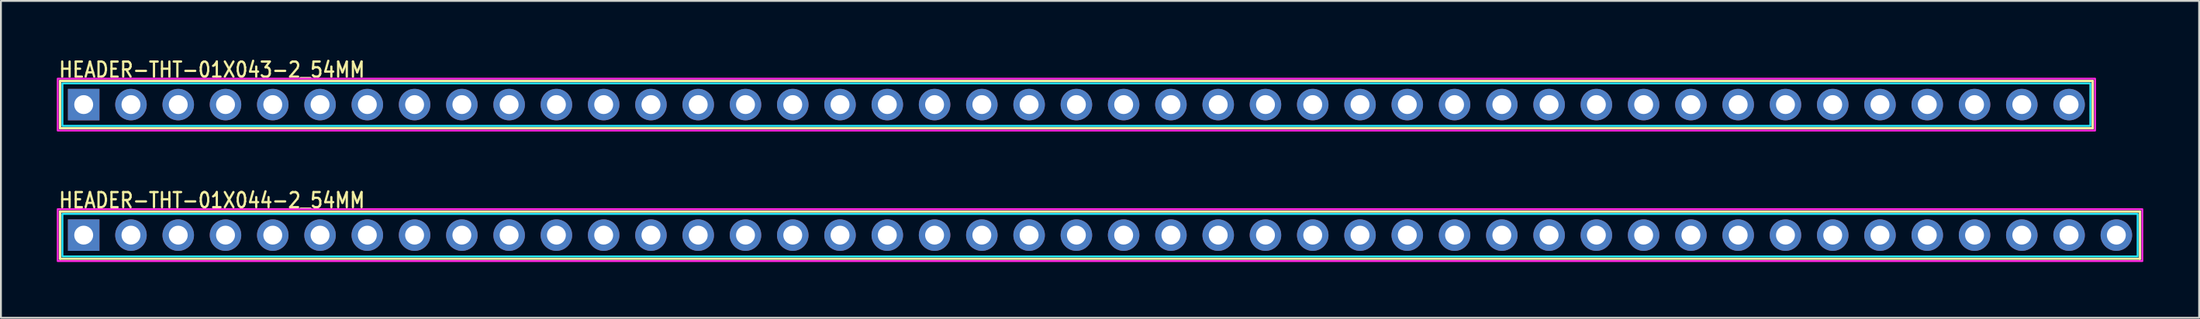
<source format=kicad_pcb>
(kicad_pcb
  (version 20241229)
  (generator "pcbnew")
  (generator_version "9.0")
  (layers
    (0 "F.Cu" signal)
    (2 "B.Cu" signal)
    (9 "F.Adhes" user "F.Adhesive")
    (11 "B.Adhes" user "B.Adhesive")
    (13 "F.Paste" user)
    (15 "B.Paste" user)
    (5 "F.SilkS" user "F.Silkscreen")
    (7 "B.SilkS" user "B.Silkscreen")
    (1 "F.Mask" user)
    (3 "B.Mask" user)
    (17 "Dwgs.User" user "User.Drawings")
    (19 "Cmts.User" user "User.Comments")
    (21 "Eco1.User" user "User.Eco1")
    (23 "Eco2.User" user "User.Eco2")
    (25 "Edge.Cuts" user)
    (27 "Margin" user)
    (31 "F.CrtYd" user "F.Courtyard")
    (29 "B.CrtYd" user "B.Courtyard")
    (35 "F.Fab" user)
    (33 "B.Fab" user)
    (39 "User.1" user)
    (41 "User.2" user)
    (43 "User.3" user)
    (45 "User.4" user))
  (footprint "HEADER-THT-01X044-2_54MM"
    (layer "F.Cu")
    (at 1.447 9.604)
    (property "Reference" "HEADER-THT-01X044-2_54MM" (at -1.4 -1.4 0) (unlocked yes) (layer "F.SilkS") (effects (font (size 0.813 0.695) (thickness 0.122)) (justify left bottom)))
    (fp_line (start -1.27 -1.27) (end -1.27 1.27) (stroke (width 0.127) (type solid)) (layer "F.SilkS"))
    (fp_line (start -1.27 1.27) (end 110.49 1.27) (stroke (width 0.127) (type solid)) (layer "F.SilkS"))
    (fp_line (start 110.49 -1.27) (end -1.27 -1.27) (stroke (width 0.127) (type solid)) (layer "F.SilkS"))
    (fp_line (start 110.49 1.27) (end 110.49 -1.27) (stroke (width 0.127) (type solid)) (layer "F.SilkS"))
    (fp_poly (pts (xy -1.143 -1.143) (xy 110.363 -1.143) (xy 110.363 1.143) (xy -1.143 1.143)) (stroke (width 0.1) (type solid)) (fill no) (layer "B.CrtYd"))
    (fp_poly (pts (xy -1.397 -1.397) (xy 110.617 -1.397) (xy 110.617 1.397) (xy -1.397 1.397)) (stroke (width 0.1) (type solid)) (fill no) (layer "F.CrtYd"))
    (pad "1" thru_hole rect (at 0 0) (size 1.693 1.693) (drill 1.016) (layers "*.Cu" "*.Mask"))
    (pad "2" thru_hole oval (at 2.54 0) (size 1.693 1.693) (drill 1.016) (layers "*.Cu" "*.Mask"))
    (pad "3" thru_hole oval (at 5.08 0) (size 1.693 1.693) (drill 1.016) (layers "*.Cu" "*.Mask"))
    (pad "4" thru_hole oval (at 7.62 0) (size 1.693 1.693) (drill 1.016) (layers "*.Cu" "*.Mask"))
    (pad "5" thru_hole oval (at 10.16 0) (size 1.693 1.693) (drill 1.016) (layers "*.Cu" "*.Mask"))
    (pad "6" thru_hole oval (at 12.7 0) (size 1.693 1.693) (drill 1.016) (layers "*.Cu" "*.Mask"))
    (pad "7" thru_hole oval (at 15.24 0) (size 1.693 1.693) (drill 1.016) (layers "*.Cu" "*.Mask"))
    (pad "8" thru_hole oval (at 17.78 0) (size 1.693 1.693) (drill 1.016) (layers "*.Cu" "*.Mask"))
    (pad "9" thru_hole oval (at 20.32 0) (size 1.693 1.693) (drill 1.016) (layers "*.Cu" "*.Mask"))
    (pad "10" thru_hole oval (at 22.86 0) (size 1.693 1.693) (drill 1.016) (layers "*.Cu" "*.Mask"))
    (pad "11" thru_hole oval (at 25.4 0) (size 1.693 1.693) (drill 1.016) (layers "*.Cu" "*.Mask"))
    (pad "12" thru_hole oval (at 27.94 0) (size 1.693 1.693) (drill 1.016) (layers "*.Cu" "*.Mask"))
    (pad "13" thru_hole oval (at 30.48 0) (size 1.693 1.693) (drill 1.016) (layers "*.Cu" "*.Mask"))
    (pad "14" thru_hole oval (at 33.02 0) (size 1.693 1.693) (drill 1.016) (layers "*.Cu" "*.Mask"))
    (pad "15" thru_hole oval (at 35.56 0) (size 1.693 1.693) (drill 1.016) (layers "*.Cu" "*.Mask"))
    (pad "16" thru_hole oval (at 38.1 0) (size 1.693 1.693) (drill 1.016) (layers "*.Cu" "*.Mask"))
    (pad "17" thru_hole oval (at 40.64 0) (size 1.693 1.693) (drill 1.016) (layers "*.Cu" "*.Mask"))
    (pad "18" thru_hole oval (at 43.18 0) (size 1.693 1.693) (drill 1.016) (layers "*.Cu" "*.Mask"))
    (pad "19" thru_hole oval (at 45.72 0) (size 1.693 1.693) (drill 1.016) (layers "*.Cu" "*.Mask"))
    (pad "20" thru_hole oval (at 48.26 0) (size 1.693 1.693) (drill 1.016) (layers "*.Cu" "*.Mask"))
    (pad "21" thru_hole oval (at 50.8 0) (size 1.693 1.693) (drill 1.016) (layers "*.Cu" "*.Mask"))
    (pad "22" thru_hole oval (at 53.34 0) (size 1.693 1.693) (drill 1.016) (layers "*.Cu" "*.Mask"))
    (pad "23" thru_hole oval (at 55.88 0) (size 1.693 1.693) (drill 1.016) (layers "*.Cu" "*.Mask"))
    (pad "24" thru_hole oval (at 58.42 0) (size 1.693 1.693) (drill 1.016) (layers "*.Cu" "*.Mask"))
    (pad "25" thru_hole oval (at 60.96 0) (size 1.693 1.693) (drill 1.016) (layers "*.Cu" "*.Mask"))
    (pad "26" thru_hole oval (at 63.5 0) (size 1.693 1.693) (drill 1.016) (layers "*.Cu" "*.Mask"))
    (pad "27" thru_hole oval (at 66.04 0) (size 1.693 1.693) (drill 1.016) (layers "*.Cu" "*.Mask"))
    (pad "28" thru_hole oval (at 68.58 0) (size 1.693 1.693) (drill 1.016) (layers "*.Cu" "*.Mask"))
    (pad "29" thru_hole oval (at 71.12 0) (size 1.693 1.693) (drill 1.016) (layers "*.Cu" "*.Mask"))
    (pad "30" thru_hole oval (at 73.66 0) (size 1.693 1.693) (drill 1.016) (layers "*.Cu" "*.Mask"))
    (pad "31" thru_hole oval (at 76.2 0) (size 1.693 1.693) (drill 1.016) (layers "*.Cu" "*.Mask"))
    (pad "32" thru_hole oval (at 78.74 0) (size 1.693 1.693) (drill 1.016) (layers "*.Cu" "*.Mask"))
    (pad "33" thru_hole oval (at 81.28 0) (size 1.693 1.693) (drill 1.016) (layers "*.Cu" "*.Mask"))
    (pad "34" thru_hole oval (at 83.82 0) (size 1.693 1.693) (drill 1.016) (layers "*.Cu" "*.Mask"))
    (pad "35" thru_hole oval (at 86.36 0) (size 1.693 1.693) (drill 1.016) (layers "*.Cu" "*.Mask"))
    (pad "36" thru_hole oval (at 88.9 0) (size 1.693 1.693) (drill 1.016) (layers "*.Cu" "*.Mask"))
    (pad "37" thru_hole oval (at 91.44 0) (size 1.693 1.693) (drill 1.016) (layers "*.Cu" "*.Mask"))
    (pad "38" thru_hole oval (at 93.98 0) (size 1.693 1.693) (drill 1.016) (layers "*.Cu" "*.Mask"))
    (pad "39" thru_hole oval (at 96.52 0) (size 1.693 1.693) (drill 1.016) (layers "*.Cu" "*.Mask"))
    (pad "40" thru_hole oval (at 99.06 0) (size 1.693 1.693) (drill 1.016) (layers "*.Cu" "*.Mask"))
    (pad "41" thru_hole oval (at 101.6 0) (size 1.693 1.693) (drill 1.016) (layers "*.Cu" "*.Mask"))
    (pad "42" thru_hole oval (at 104.14 0) (size 1.693 1.693) (drill 1.016) (layers "*.Cu" "*.Mask"))
    (pad "43" thru_hole oval (at 106.68 0) (size 1.693 1.693) (drill 1.016) (layers "*.Cu" "*.Mask"))
    (pad "44" thru_hole oval (at 109.22 0) (size 1.693 1.693) (drill 1.016) (layers "*.Cu" "*.Mask")))
  (footprint "HEADER-THT-01X043-2_54MM"
    (layer "F.Cu")
    (at 1.447 2.579)
    (property "Reference" "HEADER-THT-01X043-2_54MM" (at -1.4 -1.4 0) (unlocked yes) (layer "F.SilkS") (effects (font (size 0.813 0.695) (thickness 0.122)) (justify left bottom)))
    (fp_line (start -1.27 -1.27) (end -1.27 1.27) (stroke (width 0.127) (type solid)) (layer "F.SilkS"))
    (fp_line (start -1.27 1.27) (end 107.95 1.27) (stroke (width 0.127) (type solid)) (layer "F.SilkS"))
    (fp_line (start 107.95 -1.27) (end -1.27 -1.27) (stroke (width 0.127) (type solid)) (layer "F.SilkS"))
    (fp_line (start 107.95 1.27) (end 107.95 -1.27) (stroke (width 0.127) (type solid)) (layer "F.SilkS"))
    (fp_poly (pts (xy -1.143 -1.143) (xy 107.823 -1.143) (xy 107.823 1.143) (xy -1.143 1.143)) (stroke (width 0.1) (type solid)) (fill no) (layer "B.CrtYd"))
    (fp_poly (pts (xy -1.397 -1.397) (xy 108.077 -1.397) (xy 108.077 1.397) (xy -1.397 1.397)) (stroke (width 0.1) (type solid)) (fill no) (layer "F.CrtYd"))
    (pad "1" thru_hole rect (at 0 0) (size 1.693 1.693) (drill 1.016) (layers "*.Cu" "*.Mask"))
    (pad "2" thru_hole oval (at 2.54 0) (size 1.693 1.693) (drill 1.016) (layers "*.Cu" "*.Mask"))
    (pad "3" thru_hole oval (at 5.08 0) (size 1.693 1.693) (drill 1.016) (layers "*.Cu" "*.Mask"))
    (pad "4" thru_hole oval (at 7.62 0) (size 1.693 1.693) (drill 1.016) (layers "*.Cu" "*.Mask"))
    (pad "5" thru_hole oval (at 10.16 0) (size 1.693 1.693) (drill 1.016) (layers "*.Cu" "*.Mask"))
    (pad "6" thru_hole oval (at 12.7 0) (size 1.693 1.693) (drill 1.016) (layers "*.Cu" "*.Mask"))
    (pad "7" thru_hole oval (at 15.24 0) (size 1.693 1.693) (drill 1.016) (layers "*.Cu" "*.Mask"))
    (pad "8" thru_hole oval (at 17.78 0) (size 1.693 1.693) (drill 1.016) (layers "*.Cu" "*.Mask"))
    (pad "9" thru_hole oval (at 20.32 0) (size 1.693 1.693) (drill 1.016) (layers "*.Cu" "*.Mask"))
    (pad "10" thru_hole oval (at 22.86 0) (size 1.693 1.693) (drill 1.016) (layers "*.Cu" "*.Mask"))
    (pad "11" thru_hole oval (at 25.4 0) (size 1.693 1.693) (drill 1.016) (layers "*.Cu" "*.Mask"))
    (pad "12" thru_hole oval (at 27.94 0) (size 1.693 1.693) (drill 1.016) (layers "*.Cu" "*.Mask"))
    (pad "13" thru_hole oval (at 30.48 0) (size 1.693 1.693) (drill 1.016) (layers "*.Cu" "*.Mask"))
    (pad "14" thru_hole oval (at 33.02 0) (size 1.693 1.693) (drill 1.016) (layers "*.Cu" "*.Mask"))
    (pad "15" thru_hole oval (at 35.56 0) (size 1.693 1.693) (drill 1.016) (layers "*.Cu" "*.Mask"))
    (pad "16" thru_hole oval (at 38.1 0) (size 1.693 1.693) (drill 1.016) (layers "*.Cu" "*.Mask"))
    (pad "17" thru_hole oval (at 40.64 0) (size 1.693 1.693) (drill 1.016) (layers "*.Cu" "*.Mask"))
    (pad "18" thru_hole oval (at 43.18 0) (size 1.693 1.693) (drill 1.016) (layers "*.Cu" "*.Mask"))
    (pad "19" thru_hole oval (at 45.72 0) (size 1.693 1.693) (drill 1.016) (layers "*.Cu" "*.Mask"))
    (pad "20" thru_hole oval (at 48.26 0) (size 1.693 1.693) (drill 1.016) (layers "*.Cu" "*.Mask"))
    (pad "21" thru_hole oval (at 50.8 0) (size 1.693 1.693) (drill 1.016) (layers "*.Cu" "*.Mask"))
    (pad "22" thru_hole oval (at 53.34 0) (size 1.693 1.693) (drill 1.016) (layers "*.Cu" "*.Mask"))
    (pad "23" thru_hole oval (at 55.88 0) (size 1.693 1.693) (drill 1.016) (layers "*.Cu" "*.Mask"))
    (pad "24" thru_hole oval (at 58.42 0) (size 1.693 1.693) (drill 1.016) (layers "*.Cu" "*.Mask"))
    (pad "25" thru_hole oval (at 60.96 0) (size 1.693 1.693) (drill 1.016) (layers "*.Cu" "*.Mask"))
    (pad "26" thru_hole oval (at 63.5 0) (size 1.693 1.693) (drill 1.016) (layers "*.Cu" "*.Mask"))
    (pad "27" thru_hole oval (at 66.04 0) (size 1.693 1.693) (drill 1.016) (layers "*.Cu" "*.Mask"))
    (pad "28" thru_hole oval (at 68.58 0) (size 1.693 1.693) (drill 1.016) (layers "*.Cu" "*.Mask"))
    (pad "29" thru_hole oval (at 71.12 0) (size 1.693 1.693) (drill 1.016) (layers "*.Cu" "*.Mask"))
    (pad "30" thru_hole oval (at 73.66 0) (size 1.693 1.693) (drill 1.016) (layers "*.Cu" "*.Mask"))
    (pad "31" thru_hole oval (at 76.2 0) (size 1.693 1.693) (drill 1.016) (layers "*.Cu" "*.Mask"))
    (pad "32" thru_hole oval (at 78.74 0) (size 1.693 1.693) (drill 1.016) (layers "*.Cu" "*.Mask"))
    (pad "33" thru_hole oval (at 81.28 0) (size 1.693 1.693) (drill 1.016) (layers "*.Cu" "*.Mask"))
    (pad "34" thru_hole oval (at 83.82 0) (size 1.693 1.693) (drill 1.016) (layers "*.Cu" "*.Mask"))
    (pad "35" thru_hole oval (at 86.36 0) (size 1.693 1.693) (drill 1.016) (layers "*.Cu" "*.Mask"))
    (pad "36" thru_hole oval (at 88.9 0) (size 1.693 1.693) (drill 1.016) (layers "*.Cu" "*.Mask"))
    (pad "37" thru_hole oval (at 91.44 0) (size 1.693 1.693) (drill 1.016) (layers "*.Cu" "*.Mask"))
    (pad "38" thru_hole oval (at 93.98 0) (size 1.693 1.693) (drill 1.016) (layers "*.Cu" "*.Mask"))
    (pad "39" thru_hole oval (at 96.52 0) (size 1.693 1.693) (drill 1.016) (layers "*.Cu" "*.Mask"))
    (pad "40" thru_hole oval (at 99.06 0) (size 1.693 1.693) (drill 1.016) (layers "*.Cu" "*.Mask"))
    (pad "41" thru_hole oval (at 101.6 0) (size 1.693 1.693) (drill 1.016) (layers "*.Cu" "*.Mask"))
    (pad "42" thru_hole oval (at 104.14 0) (size 1.693 1.693) (drill 1.016) (layers "*.Cu" "*.Mask"))
    (pad "43" thru_hole oval (at 106.68 0) (size 1.693 1.693) (drill 1.016) (layers "*.Cu" "*.Mask")))
  (gr_rect
    (start -3 -3)
    (end 115.114 14.051)
    (stroke (width 0.1) (type default))
    (fill no)
    (layer "Edge.Cuts")))
</source>
